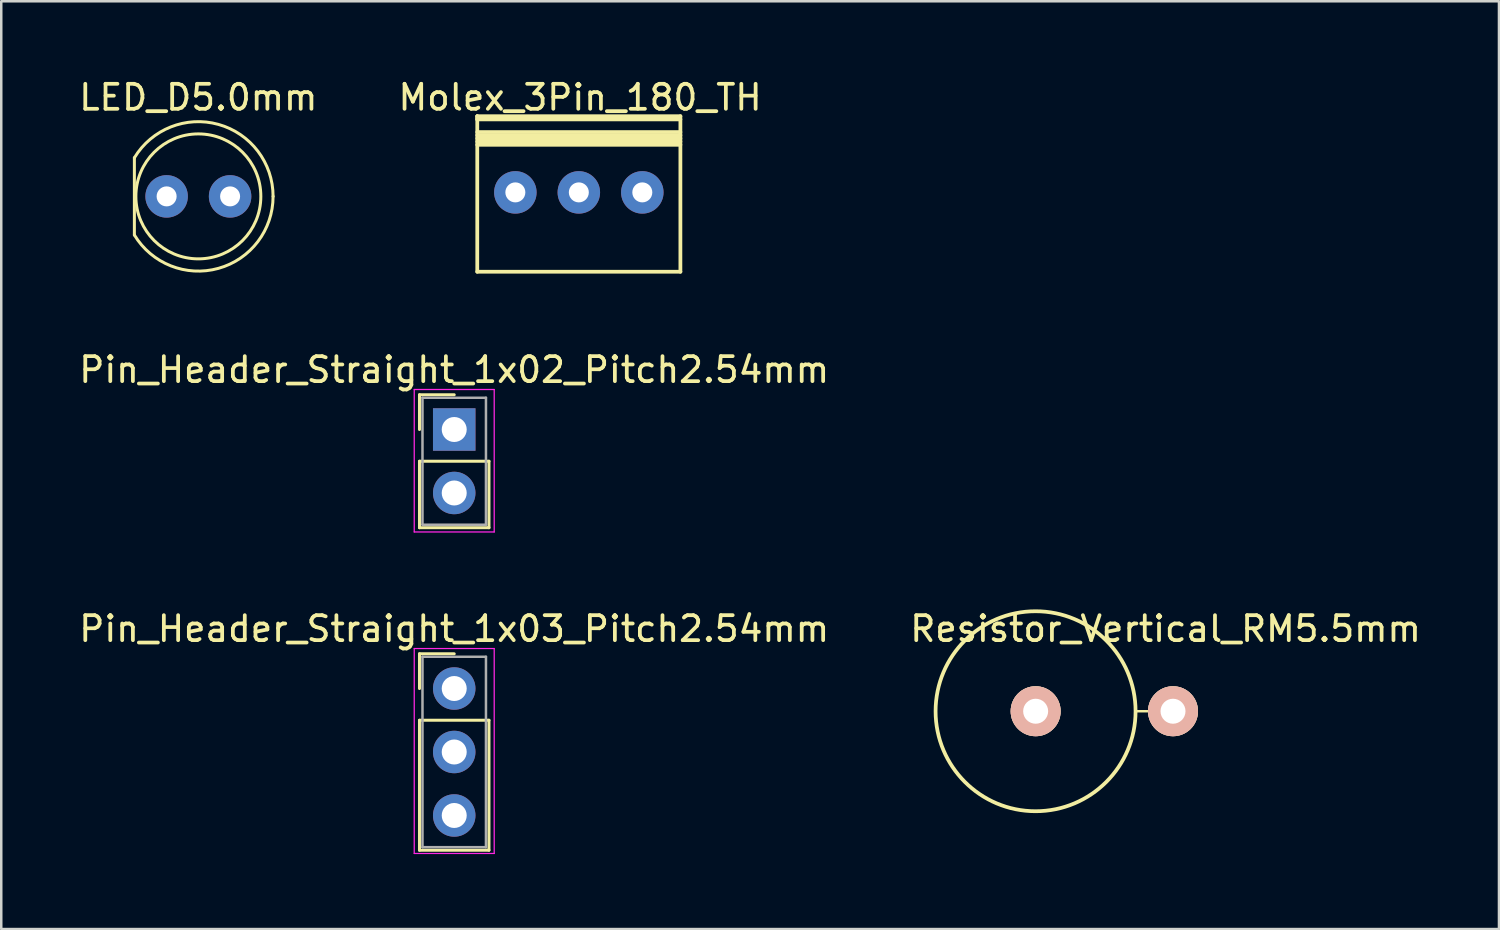
<source format=kicad_pcb>
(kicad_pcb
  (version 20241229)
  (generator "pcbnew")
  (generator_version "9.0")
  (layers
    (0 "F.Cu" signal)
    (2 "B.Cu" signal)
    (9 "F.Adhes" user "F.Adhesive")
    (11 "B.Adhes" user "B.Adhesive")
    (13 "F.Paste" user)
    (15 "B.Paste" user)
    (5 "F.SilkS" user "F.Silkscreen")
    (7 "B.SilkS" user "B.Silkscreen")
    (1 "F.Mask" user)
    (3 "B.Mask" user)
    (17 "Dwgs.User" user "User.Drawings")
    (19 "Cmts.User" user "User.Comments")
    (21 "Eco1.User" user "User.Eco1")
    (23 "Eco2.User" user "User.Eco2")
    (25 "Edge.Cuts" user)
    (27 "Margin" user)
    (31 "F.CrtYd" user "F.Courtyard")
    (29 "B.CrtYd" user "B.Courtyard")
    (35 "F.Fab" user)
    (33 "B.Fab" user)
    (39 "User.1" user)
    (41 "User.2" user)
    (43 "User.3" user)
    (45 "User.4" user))
  (footprint "Molex_3Pin_180_TH"
    (layer "F.Cu")
    (at 17.571 4.648)
    (property "Reference" "Molex_3Pin_180_TH" (at 2.59 -3.8 0) (layer "F.SilkS") (effects (font (size 1 1) (thickness 0.15))))
    (attr exclude_from_pos_files exclude_from_bom)
    (fp_line (start -1.524 -3.048) (end -1.524 -2.921) (stroke (width 0.15) (type solid)) (layer "F.SilkS"))
    (fp_line (start -1.524 -3.048) (end -1.524 3.175) (stroke (width 0.15) (type solid)) (layer "F.SilkS"))
    (fp_line (start -1.524 -2.921) (end 6.604 -2.921) (stroke (width 0.15) (type solid)) (layer "F.SilkS"))
    (fp_line (start -1.524 -2.286) (end 6.604 -2.286) (stroke (width 0.15) (type solid)) (layer "F.SilkS"))
    (fp_line (start -1.524 -1.905) (end 6.604 -1.905) (stroke (width 0.15) (type solid)) (layer "F.SilkS"))
    (fp_line (start -1.524 3.175) (end 6.604 3.175) (stroke (width 0.15) (type solid)) (layer "F.SilkS"))
    (fp_line (start 6.604 -3.048) (end -1.524 -3.048) (stroke (width 0.15) (type solid)) (layer "F.SilkS"))
    (fp_line (start 6.604 -3.048) (end 6.604 3.175) (stroke (width 0.15) (type solid)) (layer "F.SilkS"))
    (fp_line (start 6.604 -2.413) (end -1.524 -2.413) (stroke (width 0.15) (type solid)) (layer "F.SilkS"))
    (fp_line (start 6.604 -2.159) (end -1.524 -2.159) (stroke (width 0.15) (type solid)) (layer "F.SilkS"))
    (fp_line (start 6.604 -2.032) (end -1.524 -2.032) (stroke (width 0.15) (type solid)) (layer "F.SilkS"))
    (pad "1" thru_hole circle (at 0 0) (size 1.7 1.7) (drill 0.8) (layers "*.Cu" "*.Mask"))
    (pad "2" thru_hole circle (at 2.54 0) (size 1.7 1.7) (drill 0.8) (layers "*.Cu" "*.Mask"))
    (pad "3" thru_hole circle (at 5.08 0) (size 1.7 1.7) (drill 0.8) (layers "*.Cu" "*.Mask")))
  (footprint "Pin_Header_Straight_1x02_Pitch2.54mm"
    (layer "F.Cu")
    (at 15.125 14.136)
    (property "Reference" "Pin_Header_Straight_1x02_Pitch2.54mm" (at 0 -2.39 0) (layer "F.SilkS") (effects (font (size 1 1) (thickness 0.15))))
    (attr through_hole)
    (fp_line (start -1.39 -1.39) (end 0 -1.39) (stroke (width 0.12) (type solid)) (layer "F.SilkS"))
    (fp_line (start -1.39 0) (end -1.39 -1.39) (stroke (width 0.12) (type solid)) (layer "F.SilkS"))
    (fp_line (start -1.39 1.27) (end -1.39 3.93) (stroke (width 0.12) (type solid)) (layer "F.SilkS"))
    (fp_line (start -1.39 3.93) (end 1.39 3.93) (stroke (width 0.12) (type solid)) (layer "F.SilkS"))
    (fp_line (start 1.39 1.27) (end -1.39 1.27) (stroke (width 0.12) (type solid)) (layer "F.SilkS"))
    (fp_line (start 1.39 3.93) (end 1.39 1.27) (stroke (width 0.12) (type solid)) (layer "F.SilkS"))
    (fp_line (start -1.6 -1.6) (end -1.6 4.1) (stroke (width 0.05) (type solid)) (layer "F.CrtYd"))
    (fp_line (start -1.6 4.1) (end 1.6 4.1) (stroke (width 0.05) (type solid)) (layer "F.CrtYd"))
    (fp_line (start 1.6 -1.6) (end -1.6 -1.6) (stroke (width 0.05) (type solid)) (layer "F.CrtYd"))
    (fp_line (start 1.6 4.1) (end 1.6 -1.6) (stroke (width 0.05) (type solid)) (layer "F.CrtYd"))
    (fp_line (start -1.27 -1.27) (end -1.27 3.81) (stroke (width 0.1) (type solid)) (layer "F.Fab"))
    (fp_line (start -1.27 3.81) (end 1.27 3.81) (stroke (width 0.1) (type solid)) (layer "F.Fab"))
    (fp_line (start 1.27 -1.27) (end -1.27 -1.27) (stroke (width 0.1) (type solid)) (layer "F.Fab"))
    (fp_line (start 1.27 3.81) (end 1.27 -1.27) (stroke (width 0.1) (type solid)) (layer "F.Fab"))
    (pad "1" thru_hole rect (at 0 0) (size 1.7 1.7) (drill 1) (layers "*.Cu" "*.Mask"))
    (pad "2" thru_hole oval (at 0 2.54) (size 1.7 1.7) (drill 1) (layers "*.Cu" "*.Mask")))
  (footprint "Pin_Header_Straight_1x03_Pitch2.54mm"
    (layer "F.Cu")
    (at 15.125 24.5)
    (property "Reference" "Pin_Header_Straight_1x03_Pitch2.54mm" (at 0 -2.39 0) (layer "F.SilkS") (effects (font (size 1 1) (thickness 0.15))))
    (attr through_hole)
    (fp_line (start -1.39 -1.39) (end 0 -1.39) (stroke (width 0.12) (type solid)) (layer "F.SilkS"))
    (fp_line (start -1.39 0) (end -1.39 -1.39) (stroke (width 0.12) (type solid)) (layer "F.SilkS"))
    (fp_line (start -1.39 1.27) (end -1.39 6.47) (stroke (width 0.12) (type solid)) (layer "F.SilkS"))
    (fp_line (start -1.39 6.47) (end 1.39 6.47) (stroke (width 0.12) (type solid)) (layer "F.SilkS"))
    (fp_line (start 1.39 1.27) (end -1.39 1.27) (stroke (width 0.12) (type solid)) (layer "F.SilkS"))
    (fp_line (start 1.39 6.47) (end 1.39 1.27) (stroke (width 0.12) (type solid)) (layer "F.SilkS"))
    (fp_line (start -1.6 -1.6) (end -1.6 6.6) (stroke (width 0.05) (type solid)) (layer "F.CrtYd"))
    (fp_line (start -1.6 6.6) (end 1.6 6.6) (stroke (width 0.05) (type solid)) (layer "F.CrtYd"))
    (fp_line (start 1.6 -1.6) (end -1.6 -1.6) (stroke (width 0.05) (type solid)) (layer "F.CrtYd"))
    (fp_line (start 1.6 6.6) (end 1.6 -1.6) (stroke (width 0.05) (type solid)) (layer "F.CrtYd"))
    (fp_line (start -1.27 -1.27) (end -1.27 6.35) (stroke (width 0.1) (type solid)) (layer "F.Fab"))
    (fp_line (start -1.27 6.35) (end 1.27 6.35) (stroke (width 0.1) (type solid)) (layer "F.Fab"))
    (fp_line (start 1.27 -1.27) (end -1.27 -1.27) (stroke (width 0.1) (type solid)) (layer "F.Fab"))
    (fp_line (start 1.27 6.35) (end 1.27 -1.27) (stroke (width 0.1) (type solid)) (layer "F.Fab"))
    (pad "1" thru_hole circle (at 0 0) (size 1.7 1.7) (drill 1) (layers "*.Cu" "*.Mask"))
    (pad "2" thru_hole oval (at 0 2.54) (size 1.7 1.7) (drill 1) (layers "*.Cu" "*.Mask"))
    (pad "3" thru_hole oval (at 0 5.08) (size 1.7 1.7) (drill 1) (layers "*.Cu" "*.Mask")))
  (footprint "Resistor_Vertical_RM5.5mm"
    (layer "F.Cu")
    (at 40.889 25.409)
    (property "Reference" "Resistor_Vertical_RM5.5mm" (at 2.7 -3.299 0) (layer "F.SilkS") (effects (font (size 1 1) (thickness 0.15))))
    (attr through_hole)
    (fp_line (start 1.524 0) (end 2.032 0) (stroke (width 0.1) (type solid)) (layer "F.SilkS"))
    (fp_circle (center -2.502 0) (end 1.499 0) (stroke (width 0.15) (type solid)) (fill no) (layer "F.SilkS"))
    (pad "1" thru_hole circle (at -2.499 0) (size 1.999 1.999) (drill 1) (layers "*.Cu" "*.SilkS" "*.Mask"))
    (pad "2" thru_hole circle (at 2.997 0) (size 1.999 1.999) (drill 1) (layers "*.Cu" "*.SilkS" "*.Mask")))
  (footprint "LED_D5.0mm"
    (layer "F.Cu")
    (at 3.617 4.808)
    (property "Reference" "LED_D5.0mm" (at 1.27 -3.96 0) (layer "F.SilkS") (effects (font (size 1 1) (thickness 0.15))))
    (attr through_hole)
    (fp_line (start -1.29 -1.545) (end -1.29 1.545) (stroke (width 0.12) (type solid)) (layer "F.SilkS"))
    (fp_arc (start -1.29 -1.54483) (mid 2.072002 -2.880433) (end 4.26 0.000462) (stroke (width 0.12) (type solid)) (layer "F.SilkS"))
    (fp_arc (start 4.26 -0.000462) (mid 2.072002 2.880433) (end -1.29 1.54483) (stroke (width 0.12) (type solid)) (layer "F.SilkS"))
    (fp_circle (center 1.27 0) (end 3.77 0) (stroke (width 0.12) (type solid)) (fill no) (layer "F.SilkS"))
    (pad "1" thru_hole circle (at 0 0) (size 1.7 1.7) (drill 0.8) (layers "*.Cu" "*.Mask"))
    (pad "2" thru_hole circle (at 2.54 0) (size 1.7 1.7) (drill 0.8) (layers "*.Cu" "*.Mask")))
  (gr_rect
    (start -3 -3)
    (end 56.929 34.125)
    (stroke (width 0.1) (type default))
    (fill no)
    (layer "Edge.Cuts")))
</source>
